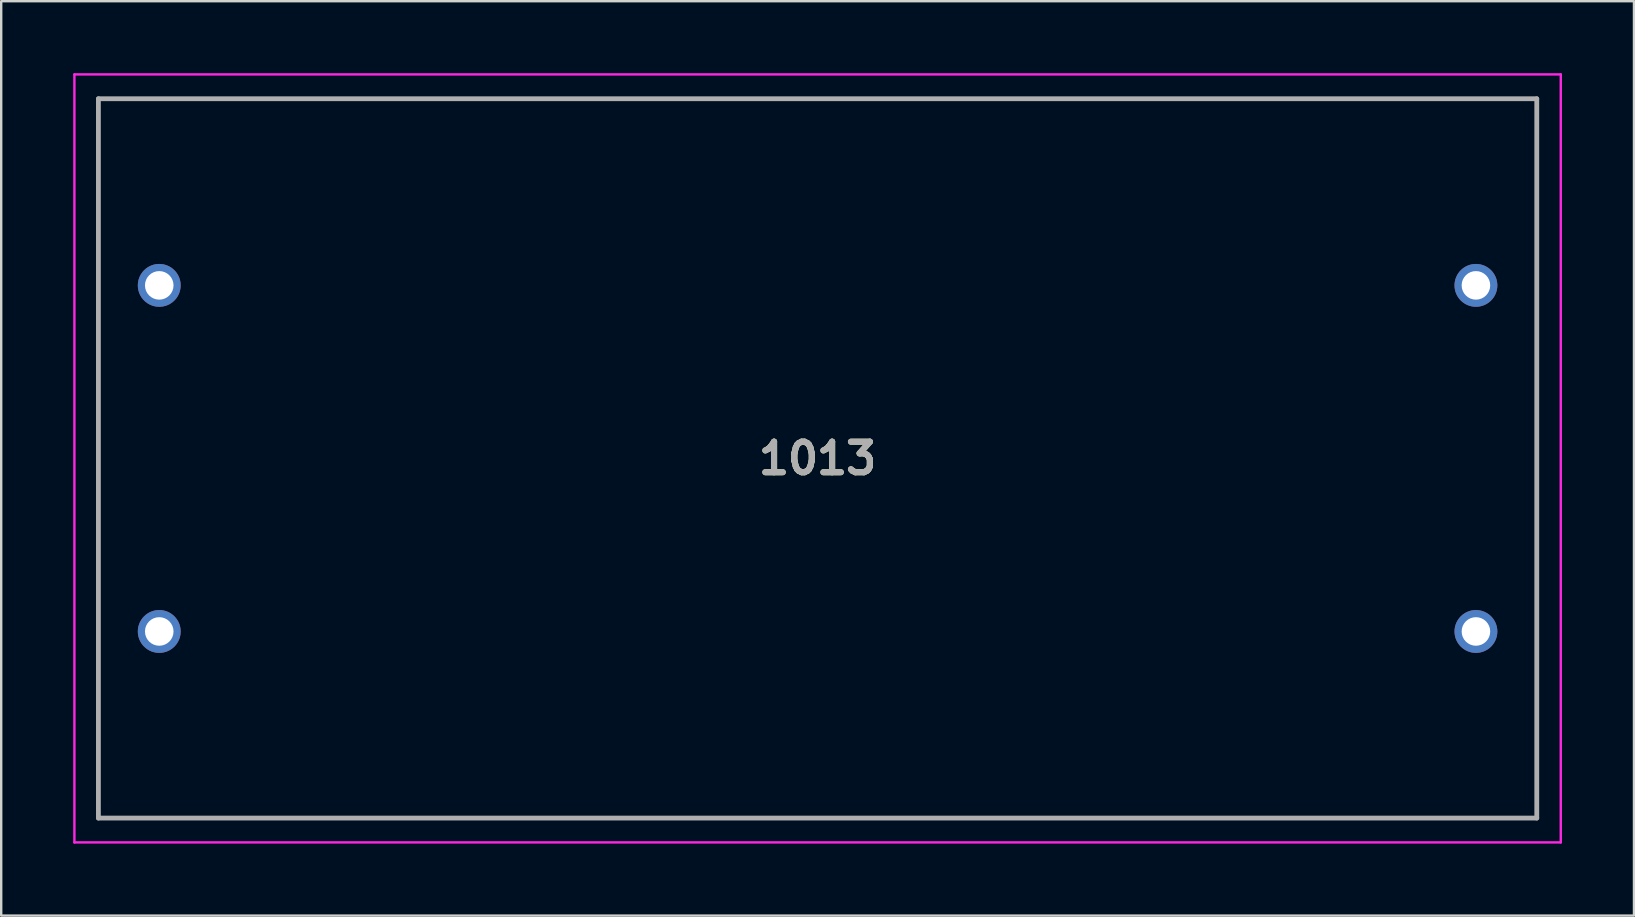
<source format=kicad_pcb>
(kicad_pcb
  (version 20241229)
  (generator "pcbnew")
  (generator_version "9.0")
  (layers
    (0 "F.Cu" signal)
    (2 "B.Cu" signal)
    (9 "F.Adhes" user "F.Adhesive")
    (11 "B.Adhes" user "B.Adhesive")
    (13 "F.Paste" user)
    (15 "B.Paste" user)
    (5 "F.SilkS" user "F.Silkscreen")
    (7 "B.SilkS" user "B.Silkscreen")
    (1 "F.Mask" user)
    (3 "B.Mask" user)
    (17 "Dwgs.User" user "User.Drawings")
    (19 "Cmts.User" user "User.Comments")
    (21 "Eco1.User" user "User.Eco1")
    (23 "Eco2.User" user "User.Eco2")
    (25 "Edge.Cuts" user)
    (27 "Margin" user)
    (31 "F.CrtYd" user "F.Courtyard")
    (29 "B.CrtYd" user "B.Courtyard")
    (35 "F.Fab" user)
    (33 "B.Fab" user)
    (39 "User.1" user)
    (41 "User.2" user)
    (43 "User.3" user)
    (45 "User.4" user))
  (footprint "1013"
    (layer "F.Cu")
    (at 31.015 16.05)
    (property "Reference" "1013" (at 0 0 0) (layer "F.SilkS") (effects (font (size 1.27 1.27) (thickness 0.254))))
    (attr through_hole)
    (fp_line (start -29.965 -15) (end -29.965 14.985) (stroke (width 0.1) (type solid)) (layer "F.SilkS"))
    (fp_line (start -29.965 14.985) (end 29.965 15) (stroke (width 0.1) (type solid)) (layer "F.SilkS"))
    (fp_line (start 29.965 -15) (end -26 -15) (stroke (width 0.1) (type solid)) (layer "F.SilkS"))
    (fp_line (start 29.965 15) (end 29.965 -15) (stroke (width 0.1) (type solid)) (layer "F.SilkS"))
    (fp_line (start -30.965 -16) (end 30.965 -16) (stroke (width 0.1) (type solid)) (layer "F.CrtYd"))
    (fp_line (start -30.965 16) (end -30.965 -16) (stroke (width 0.1) (type solid)) (layer "F.CrtYd"))
    (fp_line (start 30.965 -16) (end 30.965 16) (stroke (width 0.1) (type solid)) (layer "F.CrtYd"))
    (fp_line (start 30.965 16) (end -30.965 16) (stroke (width 0.1) (type solid)) (layer "F.CrtYd"))
    (fp_line (start -29.965 -14.985) (end 29.965 -14.985) (stroke (width 0.2) (type solid)) (layer "F.Fab"))
    (fp_line (start -29.965 14.985) (end -29.965 -14.985) (stroke (width 0.2) (type solid)) (layer "F.Fab"))
    (fp_line (start 29.965 -14.985) (end 29.965 14.985) (stroke (width 0.2) (type solid)) (layer "F.Fab"))
    (fp_line (start 29.965 14.985) (end -29.965 14.985) (stroke (width 0.2) (type solid)) (layer "F.Fab"))
    (fp_text user "${REFERENCE}" (at 0 0 0) (layer "F.Fab") (effects (font (size 1.27 1.27) (thickness 0.254))))
    (pad "" np_thru_hole circle (at -27.43 -13.94) (size 0.001 0.001) (drill 1.98) (layers "*.Cu" "*.Mask"))
    (pad "1" thru_hole circle (at -27.43 -7.21) (size 1.785 1.785) (drill 1.19) (layers "*.Cu" "*.Mask"))
    (pad "2" thru_hole circle (at -27.43 7.21) (size 1.785 1.785) (drill 1.19) (layers "*.Cu" "*.Mask"))
    (pad "3" thru_hole circle (at 27.43 7.21) (size 1.785 1.785) (drill 1.19) (layers "*.Cu" "*.Mask"))
    (pad "4" thru_hole circle (at 27.43 -7.21) (size 1.785 1.785) (drill 1.19) (layers "*.Cu" "*.Mask")))
  (gr_rect
    (start -3 -3)
    (end 65.03 35.1)
    (stroke (width 0.1) (type default))
    (fill no)
    (layer "Edge.Cuts")))
</source>
